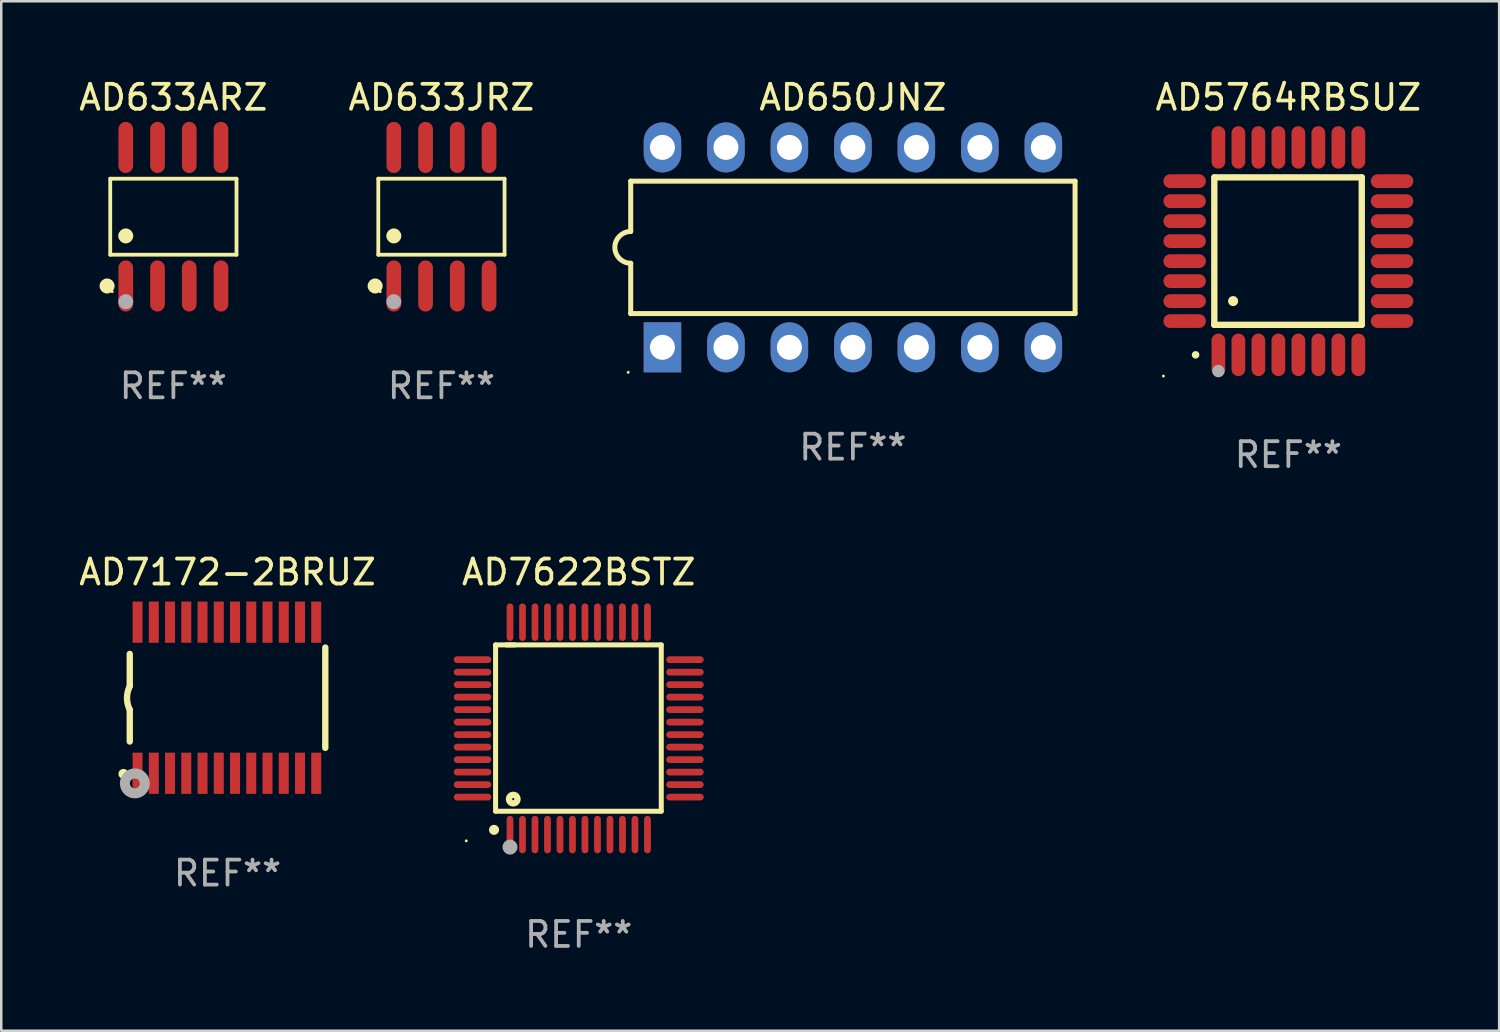
<source format=kicad_pcb>
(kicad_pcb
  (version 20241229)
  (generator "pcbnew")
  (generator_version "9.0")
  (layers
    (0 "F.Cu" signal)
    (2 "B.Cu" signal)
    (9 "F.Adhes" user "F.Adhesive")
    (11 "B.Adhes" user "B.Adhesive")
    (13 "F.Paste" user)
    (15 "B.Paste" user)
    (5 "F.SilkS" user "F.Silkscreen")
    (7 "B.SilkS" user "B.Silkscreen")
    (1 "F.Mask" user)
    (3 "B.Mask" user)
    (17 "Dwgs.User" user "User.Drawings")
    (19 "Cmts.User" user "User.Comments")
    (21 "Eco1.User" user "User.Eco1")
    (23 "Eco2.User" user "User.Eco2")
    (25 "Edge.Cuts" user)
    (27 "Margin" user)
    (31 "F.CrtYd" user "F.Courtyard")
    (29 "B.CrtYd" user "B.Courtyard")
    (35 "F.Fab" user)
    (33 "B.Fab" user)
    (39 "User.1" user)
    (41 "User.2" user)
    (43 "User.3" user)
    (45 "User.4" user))
  (footprint "AD7172-2BRUZ"
    (layer "F.Cu")
    (at 6.054 24.868)
    (property "Reference" "AD7172-2BRUZ" (at 0 -5.023 0) (layer "F.SilkS") (effects (font (size 1 1) (thickness 0.15))))
    (attr through_hole)
    (fp_line (start -3.912 -0.483) (end -3.912 -1.753) (stroke (width 0.254) (type solid)) (layer "F.SilkS"))
    (fp_line (start -3.912 1.753) (end -3.912 0.483) (stroke (width 0.254) (type solid)) (layer "F.SilkS"))
    (fp_line (start 3.912 -2.007) (end 3.912 2.007) (stroke (width 0.254) (type solid)) (layer "F.SilkS"))
    (fp_arc (start -3.911608 0.482601) (mid -4.022537 0.0127) (end -3.911608 -0.457201) (stroke (width 0.254001) (type solid)) (layer "F.SilkS"))
    (fp_circle (center -4.166 3.048) (end -4.066 3.048) (stroke (width 0.2) (type solid)) (fill no) (layer "F.SilkS"))
    (fp_circle (center -3.925 3.186) (end -3.895 3.186) (stroke (width 0.06) (type solid)) (fill no) (layer "F.SilkS"))
    (fp_circle (center -3.708 3.429) (end -3.509 3.429) (stroke (width 0.4) (type solid)) (fill no) (layer "F.Fab"))
    (fp_text user "REF**" (at 0 7.023 0) (layer "F.Fab") (effects (font (size 1 1) (thickness 0.15))))
    (pad "1" smd rect (at -3.6 3.023) (size 0.4 1.65) (layers "F.Cu" "F.Mask" "F.Paste"))
    (pad "2" smd rect (at -2.95 3.023) (size 0.4 1.65) (layers "F.Cu" "F.Mask" "F.Paste"))
    (pad "3" smd rect (at -2.3 3.023) (size 0.4 1.65) (layers "F.Cu" "F.Mask" "F.Paste"))
    (pad "4" smd rect (at -1.65 3.023) (size 0.4 1.65) (layers "F.Cu" "F.Mask" "F.Paste"))
    (pad "5" smd rect (at -1 3.023) (size 0.4 1.65) (layers "F.Cu" "F.Mask" "F.Paste"))
    (pad "6" smd rect (at -0.35 3.023) (size 0.4 1.65) (layers "F.Cu" "F.Mask" "F.Paste"))
    (pad "7" smd rect (at 0.299 3.023) (size 0.4 1.65) (layers "F.Cu" "F.Mask" "F.Paste"))
    (pad "8" smd rect (at 0.95 3.023) (size 0.4 1.65) (layers "F.Cu" "F.Mask" "F.Paste"))
    (pad "9" smd rect (at 1.6 3.023) (size 0.4 1.65) (layers "F.Cu" "F.Mask" "F.Paste"))
    (pad "10" smd rect (at 2.25 3.023) (size 0.4 1.65) (layers "F.Cu" "F.Mask" "F.Paste"))
    (pad "11" smd rect (at 2.9 3.023) (size 0.4 1.65) (layers "F.Cu" "F.Mask" "F.Paste"))
    (pad "12" smd rect (at 3.549 3.023) (size 0.4 1.65) (layers "F.Cu" "F.Mask" "F.Paste"))
    (pad "13" smd rect (at 3.549 -3.023) (size 0.4 1.65) (layers "F.Cu" "F.Mask" "F.Paste"))
    (pad "14" smd rect (at 2.9 -3.023) (size 0.4 1.65) (layers "F.Cu" "F.Mask" "F.Paste"))
    (pad "15" smd rect (at 2.25 -3.023) (size 0.4 1.65) (layers "F.Cu" "F.Mask" "F.Paste"))
    (pad "16" smd rect (at 1.6 -3.023) (size 0.4 1.65) (layers "F.Cu" "F.Mask" "F.Paste"))
    (pad "17" smd rect (at 0.95 -3.023) (size 0.4 1.65) (layers "F.Cu" "F.Mask" "F.Paste"))
    (pad "18" smd rect (at 0.299 -3.023) (size 0.4 1.65) (layers "F.Cu" "F.Mask" "F.Paste"))
    (pad "19" smd rect (at -0.35 -3.023) (size 0.4 1.65) (layers "F.Cu" "F.Mask" "F.Paste"))
    (pad "20" smd rect (at -1 -3.023) (size 0.4 1.65) (layers "F.Cu" "F.Mask" "F.Paste"))
    (pad "21" smd rect (at -1.65 -3.023) (size 0.4 1.65) (layers "F.Cu" "F.Mask" "F.Paste"))
    (pad "22" smd rect (at -2.3 -3.023) (size 0.4 1.65) (layers "F.Cu" "F.Mask" "F.Paste"))
    (pad "23" smd rect (at -2.95 -3.023) (size 0.4 1.65) (layers "F.Cu" "F.Mask" "F.Paste"))
    (pad "24" smd rect (at -3.6 -3.023) (size 0.4 1.65) (layers "F.Cu" "F.Mask" "F.Paste")))
  (footprint "AD633JRZ"
    (layer "F.Cu")
    (at 14.613 5.621)
    (property "Reference" "AD633JRZ" (at 0 -4.772 0) (layer "F.SilkS") (effects (font (size 1 1) (thickness 0.15))))
    (attr through_hole)
    (fp_line (start -2.526 -1.521) (end 2.526 -1.521) (stroke (width 0.152) (type solid)) (layer "F.SilkS"))
    (fp_line (start -2.526 1.521) (end -2.526 -1.521) (stroke (width 0.152) (type solid)) (layer "F.SilkS"))
    (fp_line (start 2.526 -1.521) (end 2.526 1.521) (stroke (width 0.152) (type solid)) (layer "F.SilkS"))
    (fp_line (start 2.526 1.521) (end -2.526 1.521) (stroke (width 0.152) (type solid)) (layer "F.SilkS"))
    (fp_circle (center -2.652 2.772) (end -2.501 2.772) (stroke (width 0.3) (type solid)) (fill no) (layer "F.SilkS"))
    (fp_circle (center -2.45 3) (end -2.42 3) (stroke (width 0.06) (type solid)) (fill no) (layer "F.SilkS"))
    (fp_circle (center -1.905 0.769) (end -1.755 0.769) (stroke (width 0.3) (type solid)) (fill no) (layer "F.SilkS"))
    (fp_circle (center -1.905 3.4) (end -1.755 3.4) (stroke (width 0.3) (type solid)) (fill no) (layer "F.Fab"))
    (fp_text user "REF**" (at 0 6.772 0) (layer "F.Fab") (effects (font (size 1 1) (thickness 0.15))))
    (pad "1" smd oval (at -1.905 2.772) (size 0.588 2.045) (layers "F.Cu" "F.Mask" "F.Paste"))
    (pad "2" smd oval (at -0.635 2.772) (size 0.588 2.045) (layers "F.Cu" "F.Mask" "F.Paste"))
    (pad "3" smd oval (at 0.635 2.772) (size 0.588 2.045) (layers "F.Cu" "F.Mask" "F.Paste"))
    (pad "4" smd oval (at 1.905 2.772) (size 0.588 2.045) (layers "F.Cu" "F.Mask" "F.Paste"))
    (pad "5" smd oval (at 1.905 -2.772) (size 0.588 2.045) (layers "F.Cu" "F.Mask" "F.Paste"))
    (pad "6" smd oval (at 0.635 -2.772) (size 0.588 2.045) (layers "F.Cu" "F.Mask" "F.Paste"))
    (pad "7" smd oval (at -0.635 -2.772) (size 0.588 2.045) (layers "F.Cu" "F.Mask" "F.Paste"))
    (pad "8" smd oval (at -1.905 -2.772) (size 0.588 2.045) (layers "F.Cu" "F.Mask" "F.Paste")))
  (footprint "AD633ARZ"
    (layer "F.Cu")
    (at 3.887 5.621)
    (property "Reference" "AD633ARZ" (at 0 -4.772 0) (layer "F.SilkS") (effects (font (size 1 1) (thickness 0.15))))
    (attr through_hole)
    (fp_line (start -2.526 -1.521) (end 2.526 -1.521) (stroke (width 0.152) (type solid)) (layer "F.SilkS"))
    (fp_line (start -2.526 1.521) (end -2.526 -1.521) (stroke (width 0.152) (type solid)) (layer "F.SilkS"))
    (fp_line (start 2.526 -1.521) (end 2.526 1.521) (stroke (width 0.152) (type solid)) (layer "F.SilkS"))
    (fp_line (start 2.526 1.521) (end -2.526 1.521) (stroke (width 0.152) (type solid)) (layer "F.SilkS"))
    (fp_circle (center -2.652 2.772) (end -2.501 2.772) (stroke (width 0.3) (type solid)) (fill no) (layer "F.SilkS"))
    (fp_circle (center -2.45 3) (end -2.42 3) (stroke (width 0.06) (type solid)) (fill no) (layer "F.SilkS"))
    (fp_circle (center -1.905 0.769) (end -1.755 0.769) (stroke (width 0.3) (type solid)) (fill no) (layer "F.SilkS"))
    (fp_circle (center -1.905 3.4) (end -1.755 3.4) (stroke (width 0.3) (type solid)) (fill no) (layer "F.Fab"))
    (fp_text user "REF**" (at 0 6.772 0) (layer "F.Fab") (effects (font (size 1 1) (thickness 0.15))))
    (pad "1" smd oval (at -1.905 2.772) (size 0.588 2.045) (layers "F.Cu" "F.Mask" "F.Paste"))
    (pad "2" smd oval (at -0.635 2.772) (size 0.588 2.045) (layers "F.Cu" "F.Mask" "F.Paste"))
    (pad "3" smd oval (at 0.635 2.772) (size 0.588 2.045) (layers "F.Cu" "F.Mask" "F.Paste"))
    (pad "4" smd oval (at 1.905 2.772) (size 0.588 2.045) (layers "F.Cu" "F.Mask" "F.Paste"))
    (pad "5" smd oval (at 1.905 -2.772) (size 0.588 2.045) (layers "F.Cu" "F.Mask" "F.Paste"))
    (pad "6" smd oval (at 0.635 -2.772) (size 0.588 2.045) (layers "F.Cu" "F.Mask" "F.Paste"))
    (pad "7" smd oval (at -0.635 -2.772) (size 0.588 2.045) (layers "F.Cu" "F.Mask" "F.Paste"))
    (pad "8" smd oval (at -1.905 -2.772) (size 0.588 2.045) (layers "F.Cu" "F.Mask" "F.Paste")))
  (footprint "AD5764RBSUZ"
    (layer "F.Cu")
    (at 48.502 6.998)
    (property "Reference" "AD5764RBSUZ" (at 0 -6.15 0) (layer "F.SilkS") (effects (font (size 1 1) (thickness 0.15))))
    (attr through_hole)
    (fp_line (start -2.963 -2.95) (end -2.963 2.95) (stroke (width 0.254) (type solid)) (layer "F.SilkS"))
    (fp_line (start -2.963 2.95) (end 2.937 2.95) (stroke (width 0.254) (type solid)) (layer "F.SilkS"))
    (fp_line (start 2.937 -2.95) (end -2.963 -2.95) (stroke (width 0.254) (type solid)) (layer "F.SilkS"))
    (fp_line (start 2.937 2.95) (end 2.937 -2.95) (stroke (width 0.254) (type solid)) (layer "F.SilkS"))
    (fp_arc (start -3.713487 4.150368) (mid -3.712217 4.150363) (end -3.710947 4.150368) (stroke (width 0.3) (type solid)) (layer "F.SilkS"))
    (fp_arc (start -2.212344 1.998984) (mid -2.211074 1.99898) (end -2.209804 1.998984) (stroke (width 0.4) (type solid)) (layer "F.SilkS"))
    (fp_circle (center -5 5) (end -4.97 5) (stroke (width 0.06) (type solid)) (fill no) (layer "F.SilkS"))
    (fp_circle (center -2.8 4.8) (end -2.675 4.8) (stroke (width 0.25) (type solid)) (fill no) (layer "F.Fab"))
    (fp_text user "REF**" (at 0 8.15 0) (layer "F.Fab") (effects (font (size 1 1) (thickness 0.15))))
    (pad "1" smd oval (at -2.8 4.15 180) (size 0.55 1.7) (layers "F.Cu" "F.Mask" "F.Paste"))
    (pad "2" smd oval (at -2 4.15 180) (size 0.55 1.7) (layers "F.Cu" "F.Mask" "F.Paste"))
    (pad "3" smd oval (at -1.2 4.15 180) (size 0.55 1.7) (layers "F.Cu" "F.Mask" "F.Paste"))
    (pad "4" smd oval (at -0.4 4.15 180) (size 0.55 1.7) (layers "F.Cu" "F.Mask" "F.Paste"))
    (pad "5" smd oval (at 0.4 4.15 180) (size 0.55 1.7) (layers "F.Cu" "F.Mask" "F.Paste"))
    (pad "6" smd oval (at 1.2 4.15 180) (size 0.55 1.7) (layers "F.Cu" "F.Mask" "F.Paste"))
    (pad "7" smd oval (at 2 4.15 180) (size 0.55 1.7) (layers "F.Cu" "F.Mask" "F.Paste"))
    (pad "8" smd oval (at 2.8 4.15 180) (size 0.55 1.7) (layers "F.Cu" "F.Mask" "F.Paste"))
    (pad "9" smd oval (at 4.15 2.8 90) (size 0.55 1.7) (layers "F.Cu" "F.Mask" "F.Paste"))
    (pad "10" smd oval (at 4.15 2 90) (size 0.55 1.7) (layers "F.Cu" "F.Mask" "F.Paste"))
    (pad "11" smd oval (at 4.15 1.2 90) (size 0.55 1.7) (layers "F.Cu" "F.Mask" "F.Paste"))
    (pad "12" smd oval (at 4.15 0.4 90) (size 0.55 1.7) (layers "F.Cu" "F.Mask" "F.Paste"))
    (pad "13" smd oval (at 4.15 -0.4 90) (size 0.55 1.7) (layers "F.Cu" "F.Mask" "F.Paste"))
    (pad "14" smd oval (at 4.15 -1.2 90) (size 0.55 1.7) (layers "F.Cu" "F.Mask" "F.Paste"))
    (pad "15" smd oval (at 4.15 -2 90) (size 0.55 1.7) (layers "F.Cu" "F.Mask" "F.Paste"))
    (pad "16" smd oval (at 4.15 -2.8 90) (size 0.55 1.7) (layers "F.Cu" "F.Mask" "F.Paste"))
    (pad "17" smd oval (at 2.8 -4.15 180) (size 0.55 1.7) (layers "F.Cu" "F.Mask" "F.Paste"))
    (pad "18" smd oval (at 2 -4.15 180) (size 0.55 1.7) (layers "F.Cu" "F.Mask" "F.Paste"))
    (pad "19" smd oval (at 1.2 -4.15 180) (size 0.55 1.7) (layers "F.Cu" "F.Mask" "F.Paste"))
    (pad "20" smd oval (at 0.4 -4.15 180) (size 0.55 1.7) (layers "F.Cu" "F.Mask" "F.Paste"))
    (pad "21" smd oval (at -0.4 -4.15 180) (size 0.55 1.7) (layers "F.Cu" "F.Mask" "F.Paste"))
    (pad "22" smd oval (at -1.2 -4.15 180) (size 0.55 1.7) (layers "F.Cu" "F.Mask" "F.Paste"))
    (pad "23" smd oval (at -2 -4.15 180) (size 0.55 1.7) (layers "F.Cu" "F.Mask" "F.Paste"))
    (pad "24" smd oval (at -2.8 -4.15 180) (size 0.55 1.7) (layers "F.Cu" "F.Mask" "F.Paste"))
    (pad "25" smd oval (at -4.15 -2.8 90) (size 0.55 1.7) (layers "F.Cu" "F.Mask" "F.Paste"))
    (pad "26" smd oval (at -4.15 -2 90) (size 0.55 1.7) (layers "F.Cu" "F.Mask" "F.Paste"))
    (pad "27" smd oval (at -4.15 -1.2 90) (size 0.55 1.7) (layers "F.Cu" "F.Mask" "F.Paste"))
    (pad "28" smd oval (at -4.15 -0.4 90) (size 0.55 1.7) (layers "F.Cu" "F.Mask" "F.Paste"))
    (pad "29" smd oval (at -4.15 0.4 90) (size 0.55 1.7) (layers "F.Cu" "F.Mask" "F.Paste"))
    (pad "30" smd oval (at -4.15 1.2 90) (size 0.55 1.7) (layers "F.Cu" "F.Mask" "F.Paste"))
    (pad "31" smd oval (at -4.15 2 90) (size 0.55 1.7) (layers "F.Cu" "F.Mask" "F.Paste"))
    (pad "32" smd oval (at -4.15 2.8 90) (size 0.55 1.7) (layers "F.Cu" "F.Mask" "F.Paste")))
  (footprint "AD650JNZ"
    (layer "F.Cu")
    (at 31.077 6.848)
    (property "Reference" "AD650JNZ" (at 0 -6 0) (layer "F.SilkS") (effects (font (size 1 1) (thickness 0.15))))
    (attr through_hole)
    (fp_line (start -8.89 -2.65) (end -8.89 -0.635) (stroke (width 0.2) (type solid)) (layer "F.SilkS"))
    (fp_line (start -8.89 0.635) (end -8.89 2.65) (stroke (width 0.2) (type solid)) (layer "F.SilkS"))
    (fp_line (start -8.89 2.65) (end 8.89 2.65) (stroke (width 0.2) (type solid)) (layer "F.SilkS"))
    (fp_line (start 8.89 -2.65) (end -8.89 -2.65) (stroke (width 0.2) (type solid)) (layer "F.SilkS"))
    (fp_line (start 8.89 2.65) (end 8.89 -2.65) (stroke (width 0.2) (type solid)) (layer "F.SilkS"))
    (fp_arc (start -8.890018 0.635001) (mid -9.525019 0) (end -8.890018 -0.635001) (stroke (width 0.2) (type solid)) (layer "F.SilkS"))
    (fp_circle (center -8.99 5) (end -8.96 5) (stroke (width 0.06) (type solid)) (fill no) (layer "F.SilkS"))
    (fp_text user "REF**" (at 0 8 0) (layer "F.Fab") (effects (font (size 1 1) (thickness 0.15))))
    (pad "1" thru_hole rect (at -7.62 4 90) (size 2 1.5) (drill 1) (layers "*.Cu" "*.Mask"))
    (pad "2" thru_hole oval (at -5.08 4 90) (size 2 1.5) (drill 1) (layers "*.Cu" "*.Mask"))
    (pad "3" thru_hole oval (at -2.54 4 90) (size 2 1.5) (drill 1) (layers "*.Cu" "*.Mask"))
    (pad "4" thru_hole oval (at 0 4 90) (size 2 1.5) (drill 1) (layers "*.Cu" "*.Mask"))
    (pad "5" thru_hole oval (at 2.54 4 90) (size 2 1.5) (drill 1) (layers "*.Cu" "*.Mask"))
    (pad "6" thru_hole oval (at 5.08 4 90) (size 2 1.5) (drill 1) (layers "*.Cu" "*.Mask"))
    (pad "7" thru_hole oval (at 7.62 4 90) (size 2 1.5) (drill 1) (layers "*.Cu" "*.Mask"))
    (pad "8" thru_hole oval (at 7.62 -4 90) (size 2 1.5) (drill 1) (layers "*.Cu" "*.Mask"))
    (pad "9" thru_hole oval (at 5.08 -4 90) (size 2 1.5) (drill 1) (layers "*.Cu" "*.Mask"))
    (pad "10" thru_hole oval (at 2.54 -4 90) (size 2 1.5) (drill 1) (layers "*.Cu" "*.Mask"))
    (pad "11" thru_hole oval (at 0 -4 90) (size 2 1.5) (drill 1) (layers "*.Cu" "*.Mask"))
    (pad "12" thru_hole oval (at -2.54 -4 90) (size 2 1.5) (drill 1) (layers "*.Cu" "*.Mask"))
    (pad "13" thru_hole oval (at -5.08 -4 90) (size 2 1.5) (drill 1) (layers "*.Cu" "*.Mask"))
    (pad "14" thru_hole oval (at -7.62 -4 90) (size 2 1.5) (drill 1) (layers "*.Cu" "*.Mask")))
  (footprint "AD7622BSTZ"
    (layer "F.Cu")
    (at 20.107 26.095)
    (property "Reference" "AD7622BSTZ" (at 0 -6.25 0) (layer "F.SilkS") (effects (font (size 1 1) (thickness 0.15))))
    (attr through_hole)
    (fp_line (start -3.327 -3.34) (end -2.565 -3.34) (stroke (width 0.2) (type solid)) (layer "F.SilkS"))
    (fp_line (start -3.327 3.315) (end -3.327 -3.34) (stroke (width 0.2) (type solid)) (layer "F.SilkS"))
    (fp_line (start -2.896 -3.34) (end 3.302 -3.34) (stroke (width 0.2) (type solid)) (layer "F.SilkS"))
    (fp_line (start 3.302 -3.34) (end 3.302 3.315) (stroke (width 0.2) (type solid)) (layer "F.SilkS"))
    (fp_line (start 3.302 3.315) (end -3.327 3.315) (stroke (width 0.2) (type solid)) (layer "F.SilkS"))
    (fp_arc (start -3.389992 4.059995) (mid -3.388722 4.059991) (end -3.387452 4.059995) (stroke (width 0.4) (type solid)) (layer "F.SilkS"))
    (fp_circle (center -4.5 4.5) (end -4.47 4.5) (stroke (width 0.06) (type solid)) (fill no) (layer "F.SilkS"))
    (fp_circle (center -2.62 2.83) (end -2.45 2.83) (stroke (width 0.254) (type solid)) (fill no) (layer "F.SilkS"))
    (fp_circle (center -2.75 4.75) (end -2.6 4.75) (stroke (width 0.3) (type solid)) (fill no) (layer "F.Fab"))
    (fp_text user "REF**" (at 0 8.25 0) (layer "F.Fab") (effects (font (size 1 1) (thickness 0.15))))
    (pad "1" smd oval (at -2.75 4.25) (size 0.27 1.5) (layers "F.Cu" "F.Mask" "F.Paste"))
    (pad "2" smd oval (at -2.25 4.25) (size 0.27 1.5) (layers "F.Cu" "F.Mask" "F.Paste"))
    (pad "3" smd oval (at -1.75 4.25) (size 0.27 1.5) (layers "F.Cu" "F.Mask" "F.Paste"))
    (pad "4" smd oval (at -1.25 4.25) (size 0.27 1.5) (layers "F.Cu" "F.Mask" "F.Paste"))
    (pad "5" smd oval (at -0.75 4.25) (size 0.27 1.5) (layers "F.Cu" "F.Mask" "F.Paste"))
    (pad "6" smd oval (at -0.25 4.25) (size 0.27 1.5) (layers "F.Cu" "F.Mask" "F.Paste"))
    (pad "7" smd oval (at 0.25 4.25) (size 0.27 1.5) (layers "F.Cu" "F.Mask" "F.Paste"))
    (pad "8" smd oval (at 0.75 4.25) (size 0.27 1.5) (layers "F.Cu" "F.Mask" "F.Paste"))
    (pad "9" smd oval (at 1.25 4.25) (size 0.27 1.5) (layers "F.Cu" "F.Mask" "F.Paste"))
    (pad "10" smd oval (at 1.75 4.25) (size 0.27 1.5) (layers "F.Cu" "F.Mask" "F.Paste"))
    (pad "11" smd oval (at 2.25 4.25) (size 0.27 1.5) (layers "F.Cu" "F.Mask" "F.Paste"))
    (pad "12" smd oval (at 2.75 4.25) (size 0.27 1.5) (layers "F.Cu" "F.Mask" "F.Paste"))
    (pad "13" smd oval (at 4.25 2.75) (size 1.5 0.27) (layers "F.Cu" "F.Mask" "F.Paste"))
    (pad "14" smd oval (at 4.25 2.25) (size 1.5 0.27) (layers "F.Cu" "F.Mask" "F.Paste"))
    (pad "15" smd oval (at 4.25 1.75) (size 1.5 0.27) (layers "F.Cu" "F.Mask" "F.Paste"))
    (pad "16" smd oval (at 4.25 1.25) (size 1.5 0.27) (layers "F.Cu" "F.Mask" "F.Paste"))
    (pad "17" smd oval (at 4.25 0.75) (size 1.5 0.27) (layers "F.Cu" "F.Mask" "F.Paste"))
    (pad "18" smd oval (at 4.25 0.25) (size 1.5 0.27) (layers "F.Cu" "F.Mask" "F.Paste"))
    (pad "19" smd oval (at 4.25 -0.25) (size 1.5 0.27) (layers "F.Cu" "F.Mask" "F.Paste"))
    (pad "20" smd oval (at 4.25 -0.75) (size 1.5 0.27) (layers "F.Cu" "F.Mask" "F.Paste"))
    (pad "21" smd oval (at 4.25 -1.25) (size 1.5 0.27) (layers "F.Cu" "F.Mask" "F.Paste"))
    (pad "22" smd oval (at 4.25 -1.75) (size 1.5 0.27) (layers "F.Cu" "F.Mask" "F.Paste"))
    (pad "23" smd oval (at 4.25 -2.25) (size 1.5 0.27) (layers "F.Cu" "F.Mask" "F.Paste"))
    (pad "24" smd oval (at 4.25 -2.75) (size 1.5 0.27) (layers "F.Cu" "F.Mask" "F.Paste"))
    (pad "25" smd oval (at 2.75 -4.25) (size 0.27 1.5) (layers "F.Cu" "F.Mask" "F.Paste"))
    (pad "26" smd oval (at 2.25 -4.25) (size 0.27 1.5) (layers "F.Cu" "F.Mask" "F.Paste"))
    (pad "27" smd oval (at 1.75 -4.25) (size 0.27 1.5) (layers "F.Cu" "F.Mask" "F.Paste"))
    (pad "28" smd oval (at 1.25 -4.25) (size 0.27 1.5) (layers "F.Cu" "F.Mask" "F.Paste"))
    (pad "29" smd oval (at 0.75 -4.25) (size 0.27 1.5) (layers "F.Cu" "F.Mask" "F.Paste"))
    (pad "30" smd oval (at 0.25 -4.25) (size 0.27 1.5) (layers "F.Cu" "F.Mask" "F.Paste"))
    (pad "31" smd oval (at -0.25 -4.25) (size 0.27 1.5) (layers "F.Cu" "F.Mask" "F.Paste"))
    (pad "32" smd oval (at -0.75 -4.25) (size 0.27 1.5) (layers "F.Cu" "F.Mask" "F.Paste"))
    (pad "33" smd oval (at -1.25 -4.25) (size 0.27 1.5) (layers "F.Cu" "F.Mask" "F.Paste"))
    (pad "34" smd oval (at -1.75 -4.25) (size 0.27 1.5) (layers "F.Cu" "F.Mask" "F.Paste"))
    (pad "35" smd oval (at -2.25 -4.25) (size 0.27 1.5) (layers "F.Cu" "F.Mask" "F.Paste"))
    (pad "36" smd oval (at -2.75 -4.25) (size 0.27 1.5) (layers "F.Cu" "F.Mask" "F.Paste"))
    (pad "37" smd oval (at -4.25 -2.75) (size 1.5 0.27) (layers "F.Cu" "F.Mask" "F.Paste"))
    (pad "38" smd oval (at -4.25 -2.25) (size 1.5 0.27) (layers "F.Cu" "F.Mask" "F.Paste"))
    (pad "39" smd oval (at -4.25 -1.75) (size 1.5 0.27) (layers "F.Cu" "F.Mask" "F.Paste"))
    (pad "40" smd oval (at -4.25 -1.25) (size 1.5 0.27) (layers "F.Cu" "F.Mask" "F.Paste"))
    (pad "41" smd oval (at -4.25 -0.75) (size 1.5 0.27) (layers "F.Cu" "F.Mask" "F.Paste"))
    (pad "42" smd oval (at -4.25 -0.25) (size 1.5 0.27) (layers "F.Cu" "F.Mask" "F.Paste"))
    (pad "43" smd oval (at -4.25 0.25) (size 1.5 0.27) (layers "F.Cu" "F.Mask" "F.Paste"))
    (pad "44" smd oval (at -4.25 0.75) (size 1.5 0.27) (layers "F.Cu" "F.Mask" "F.Paste"))
    (pad "45" smd oval (at -4.25 1.25) (size 1.5 0.27) (layers "F.Cu" "F.Mask" "F.Paste"))
    (pad "46" smd oval (at -4.25 1.75) (size 1.5 0.27) (layers "F.Cu" "F.Mask" "F.Paste"))
    (pad "47" smd oval (at -4.25 2.25) (size 1.5 0.27) (layers "F.Cu" "F.Mask" "F.Paste"))
    (pad "48" smd oval (at -4.25 2.75) (size 1.5 0.27) (layers "F.Cu" "F.Mask" "F.Paste")))
  (gr_rect
    (start -3 -3)
    (end 56.936 38.193)
    (stroke (width 0.1) (type default))
    (fill no)
    (layer "Edge.Cuts")))
</source>
